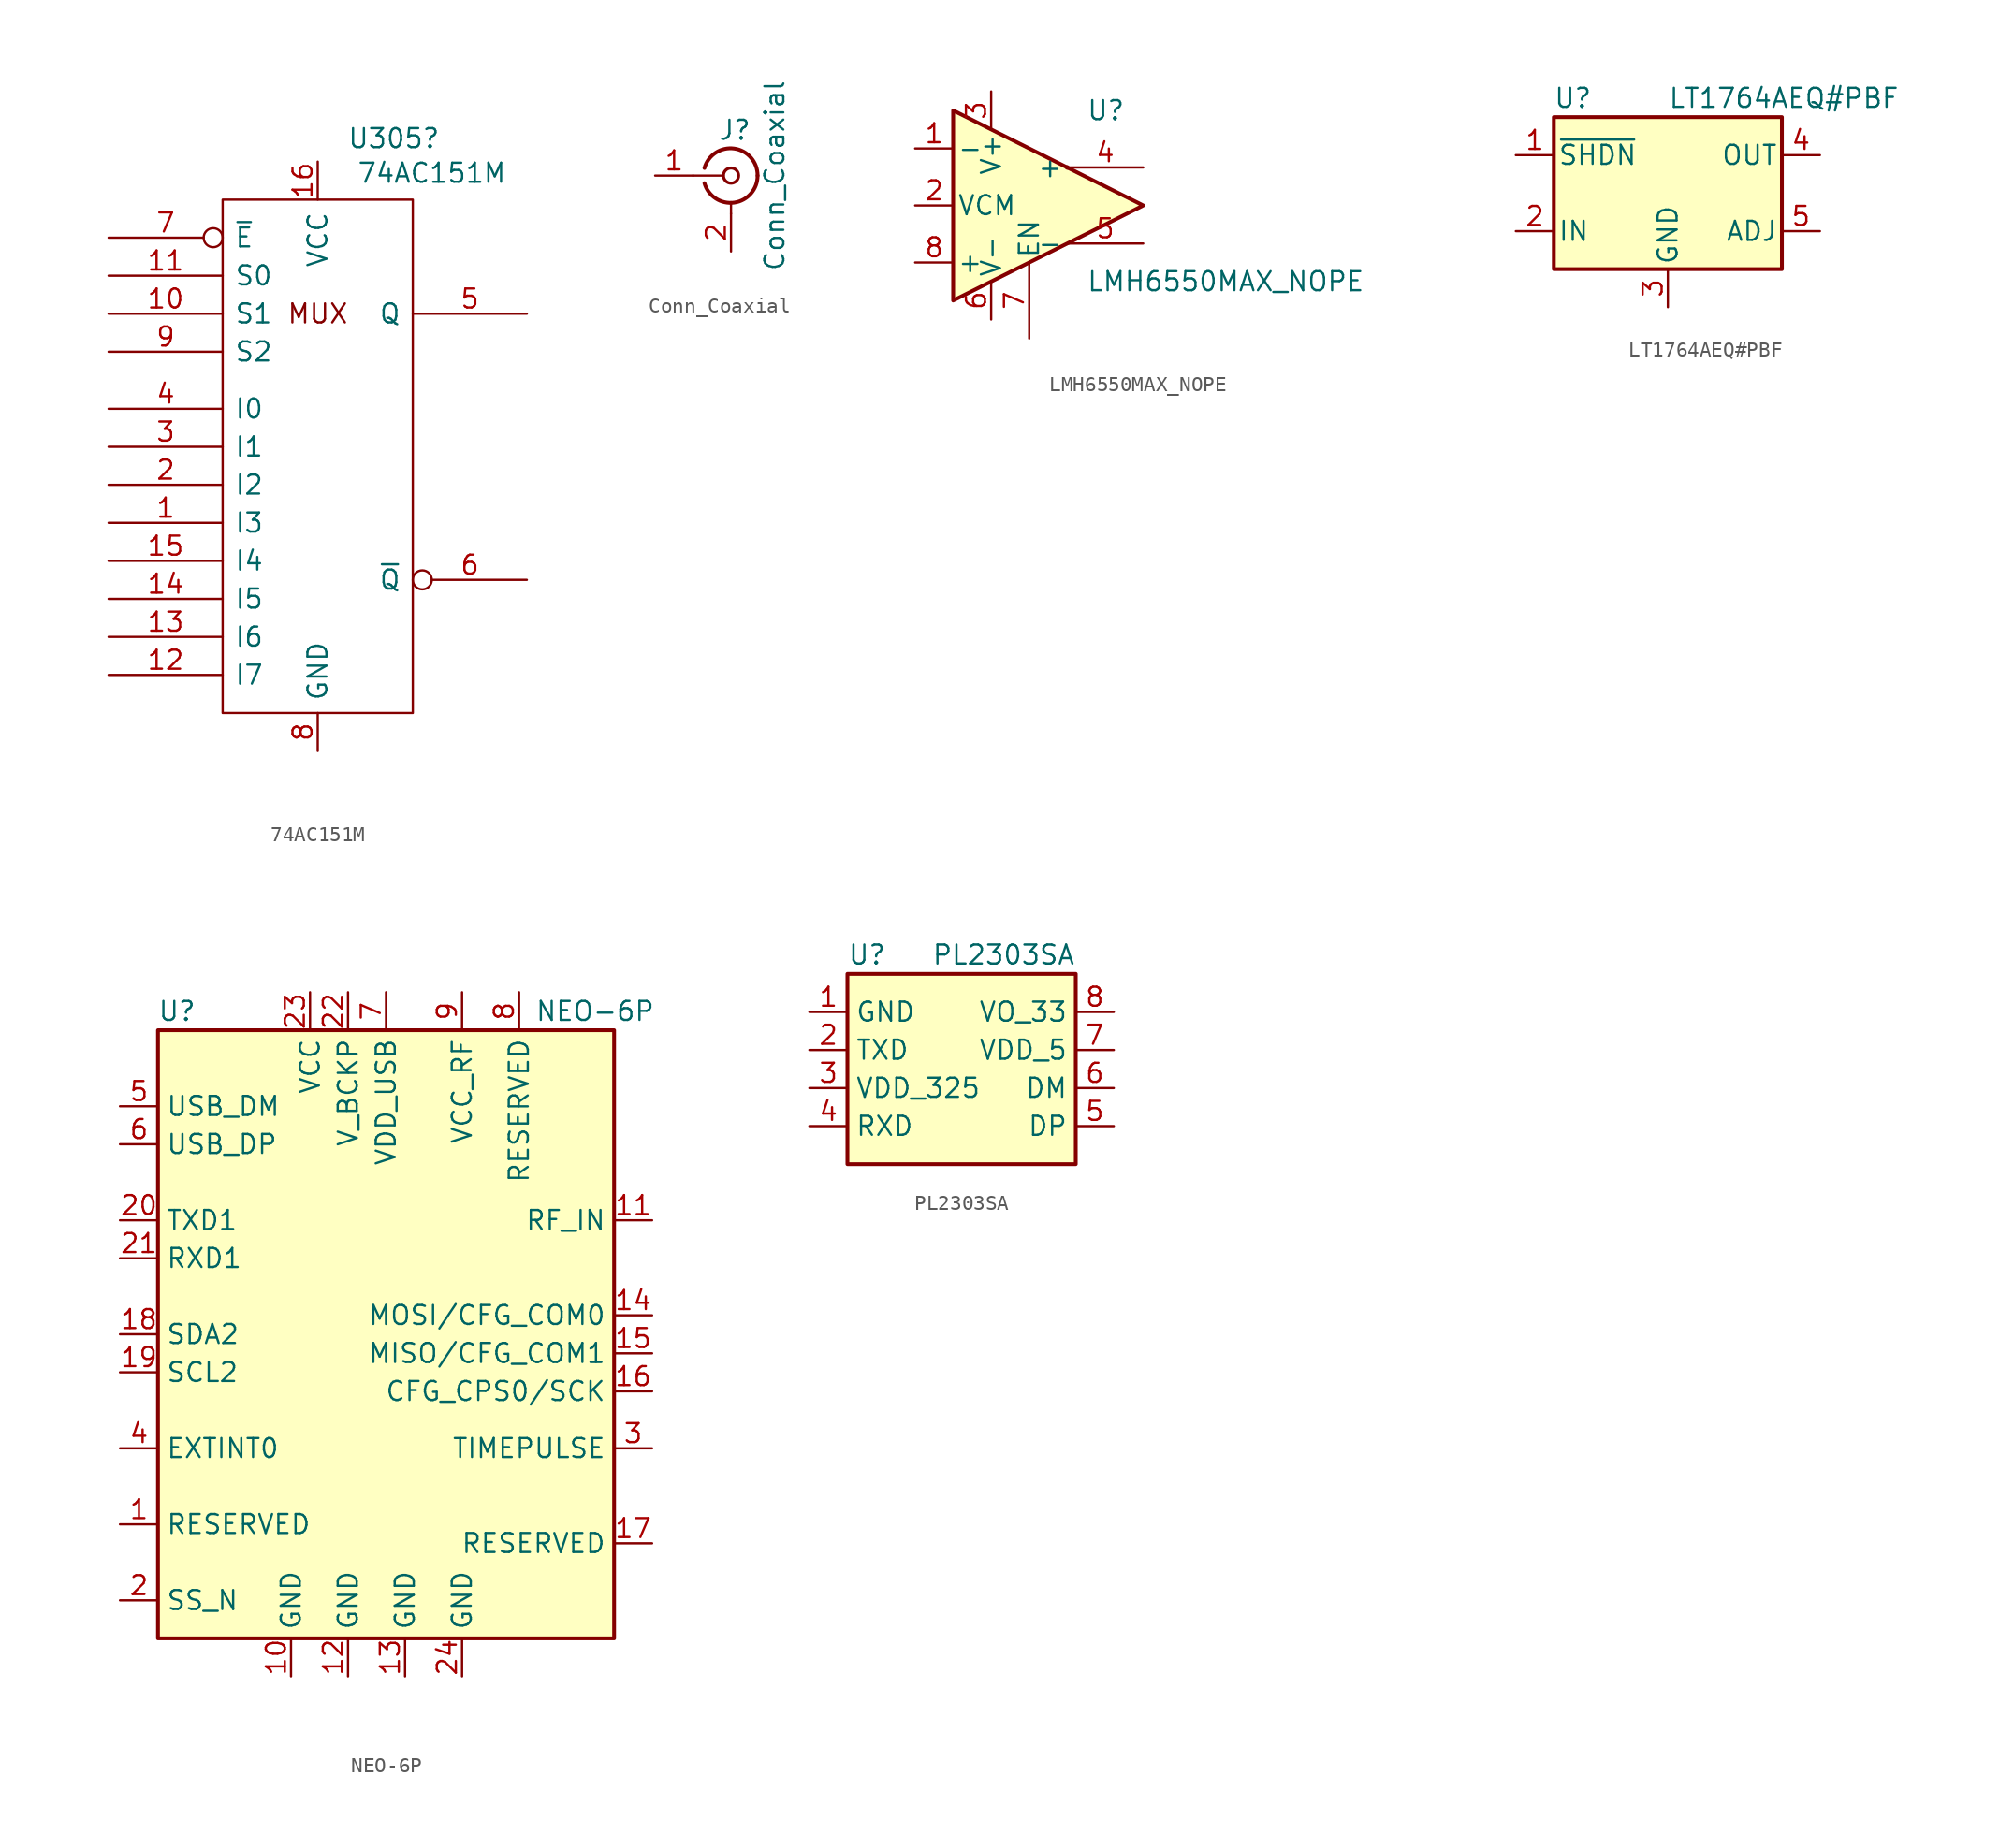
<source format=kicad_sym>
(kicad_symbol_lib
  (version 20211014)
  (generator kicad_symbol_editor)
  (symbol "muonpi-kicad-library:74AC151M"
    (pin_names
      (offset 0.762))
    (property "Reference" "U305"
      (at 5.08 20.599 0)
      (effects (font (size 1.27 1.27))))
    (property "Value" "74AC151M"
      (at 7.62 18.288 0)
      (effects (font (size 1.27 1.27))))
    (symbol "74AC151M_0_0"
      (rectangle (start -6.35 16.51) (end 6.35 -17.78) (stroke (width 0) (type default) (color 0 0 0 0)) (fill (type none)))
      (text "MUX" (at 0 8.89 0) (effects (font (size 1.27 1.27))))
      (pin power_in line (at 0 19.05 270) (length 2.54) (name "VCC" (effects (font (size 1.27 1.27)))) (number "16" (effects (font (size 1.27 1.27)))))
      (pin power_in line (at 0 -20.32 90) (length 2.54) (name "GND" (effects (font (size 1.27 1.27)))) (number "8" (effects (font (size 1.27 1.27))))))
    (symbol "74AC151M_1_1"
      (pin input line (at -13.97 -5.08 0) (length 7.62) (name "I3" (effects (font (size 1.27 1.27)))) (number "1" (effects (font (size 1.27 1.27)))))
      (pin input line (at -13.97 8.89 0) (length 7.62) (name "S1" (effects (font (size 1.27 1.27)))) (number "10" (effects (font (size 1.27 1.27)))))
      (pin input line (at -13.97 11.43 0) (length 7.62) (name "S0" (effects (font (size 1.27 1.27)))) (number "11" (effects (font (size 1.27 1.27)))))
      (pin input line (at -13.97 -15.24 0) (length 7.62) (name "I7" (effects (font (size 1.27 1.27)))) (number "12" (effects (font (size 1.27 1.27)))))
      (pin input line (at -13.97 -12.7 0) (length 7.62) (name "I6" (effects (font (size 1.27 1.27)))) (number "13" (effects (font (size 1.27 1.27)))))
      (pin input line (at -13.97 -10.16 0) (length 7.62) (name "I5" (effects (font (size 1.27 1.27)))) (number "14" (effects (font (size 1.27 1.27)))))
      (pin input line (at -13.97 -7.62 0) (length 7.62) (name "I4" (effects (font (size 1.27 1.27)))) (number "15" (effects (font (size 1.27 1.27)))))
      (pin input line (at -13.97 -2.54 0) (length 7.62) (name "I2" (effects (font (size 1.27 1.27)))) (number "2" (effects (font (size 1.27 1.27)))))
      (pin input line (at -13.97 0 0) (length 7.62) (name "I1" (effects (font (size 1.27 1.27)))) (number "3" (effects (font (size 1.27 1.27)))))
      (pin input line (at -13.97 2.54 0) (length 7.62) (name "I0" (effects (font (size 1.27 1.27)))) (number "4" (effects (font (size 1.27 1.27)))))
      (pin output line (at 13.97 8.89 180) (length 7.62) (name "Q" (effects (font (size 1.27 1.27)))) (number "5" (effects (font (size 1.27 1.27)))))
      (pin output inverted (at 13.97 -8.89 180) (length 7.62) (name "~{Q}" (effects (font (size 1.27 1.27)))) (number "6" (effects (font (size 1.27 1.27)))))
      (pin input inverted (at -13.97 13.97 0) (length 7.62) (name "~{E}" (effects (font (size 1.27 1.27)))) (number "7" (effects (font (size 1.27 1.27)))))
      (pin input line (at -13.97 6.35 0) (length 7.62) (name "S2" (effects (font (size 1.27 1.27)))) (number "9" (effects (font (size 1.27 1.27)))))))
  (symbol "muonpi-kicad-library:Conn_Coaxial"
    (pin_names
      (offset 1.016) hide)
    (property "Reference" "J"
      (at 0.254 3.048 0)
      (effects (font (size 1.27 1.27))))
    (property "Value" "Conn_Coaxial"
      (at 2.921 0 90)
      (effects (font (size 1.27 1.27))))
    (symbol "Conn_Coaxial_0_1"
      (arc (start -1.778 -0.508) (mid 0.222 -1.808) (end 1.778 0) (stroke (width 0.254) (type default) (color 0 0 0 0)) (fill (type none)))
      (polyline (pts (xy -2.54 0) (xy -0.508 0)) (stroke (width 0) (type default) (color 0 0 0 0)) (fill (type none)))
      (polyline (pts (xy 0 -2.54) (xy 0 -1.778)) (stroke (width 0) (type default) (color 0 0 0 0)) (fill (type none)))
      (circle (center 0 0) (radius 0.508) (stroke (width 0.203)) (stroke (width 0.203) (type default) (color 0 0 0 0)) (fill (type none)))
      (arc (start 1.778 0) (mid 0.2221 1.8083) (end -1.778 0.508) (stroke (width 0.254) (type default) (color 0 0 0 0)) (fill (type none))))
    (symbol "Conn_Coaxial_1_1"
      (pin passive line (at -5.08 0 0) (length 2.54) (name "In" (effects (font (size 1.27 1.27)))) (number "1" (effects (font (size 1.27 1.27)))))
      (pin passive line (at 0 -5.08 90) (length 2.54) (name "Ext" (effects (font (size 1.27 1.27)))) (number "2" (effects (font (size 1.27 1.27)))))))
  (symbol "muonpi-kicad-library:LMH6550MAX_NOPE"
    (pin_names
      (offset 0.254))
    (property "Reference" "U"
      (at 3.81 6.35 0)
      (effects (font (size 1.27 1.27)) (justify left)))
    (property "Value" "LMH6550MAX_NOPE"
      (at 3.81 -5.08 0)
      (effects (font (size 1.27 1.27)) (justify left)))
    (symbol "LMH6550MAX_NOPE_0_1"
      (polyline (pts (xy 7.62 0) (xy -5.08 6.35) (xy -5.08 -6.35) (xy 7.62 0)) (stroke (width 0.254) (type default) (color 0 0 0 0)) (fill (type background)))
      (circle (center 2.54 2.54) (radius 0.0001) (stroke (width 0)) (stroke (width 0) (type default) (color 0 0 0 0)) (fill (type none))))
    (symbol "LMH6550MAX_NOPE_1_1"
      (pin input line (at -7.62 3.81 0) (length 2.54) (name "-" (effects (font (size 1.27 1.27)))) (number "1" (effects (font (size 1.27 1.27)))))
      (pin input line (at -7.62 0 0) (length 2.54) (name "VCM" (effects (font (size 1.27 1.27)))) (number "2" (effects (font (size 1.27 1.27)))))
      (pin power_in line (at -2.54 7.62 270) (length 2.54) (name "V+" (effects (font (size 1.27 1.27)))) (number "3" (effects (font (size 1.27 1.27)))))
      (pin output line (at 7.62 2.54 180) (length 5.08) (name "+" (effects (font (size 1.27 1.27)))) (number "4" (effects (font (size 1.27 1.27)))))
      (pin output line (at 7.62 -2.54 180) (length 5.08) (name "-" (effects (font (size 1.27 1.27)))) (number "5" (effects (font (size 1.27 1.27)))))
      (pin power_in line (at -2.54 -7.62 90) (length 2.54) (name "V-" (effects (font (size 1.27 1.27)))) (number "6" (effects (font (size 1.27 1.27)))))
      (pin input line (at 0 -8.89 90) (length 5.08) (name "EN" (effects (font (size 1.27 1.27)))) (number "7" (effects (font (size 1.27 1.27)))))
      (pin no_connect line (at 5.08 0 180) (length 2.54) hide (name "NC" (effects (font (size 1.27 1.27)))) (number "7" (effects (font (size 1.27 1.27)))))
      (pin input line (at -7.62 -3.81 0) (length 2.54) (name "+" (effects (font (size 1.27 1.27)))) (number "8" (effects (font (size 1.27 1.27)))))))
  (symbol "muonpi-kicad-library:LT1764AEQ#PBF"
    (pin_names
      (offset 0.254))
    (property "Reference" "U"
      (at -6.35 6.35 0)
      (effects (font (size 1.27 1.27))))
    (property "Value" "LT1764AEQ#PBF"
      (at 0 6.35 0)
      (effects (font (size 1.27 1.27)) (justify left)))
    (symbol "LT1764AEQ#PBF_0_1"
      (rectangle (start -7.62 5.08) (end 7.62 -5.08) (stroke (width 0.254) (type default) (color 0 0 0 0)) (fill (type background))))
    (symbol "LT1764AEQ#PBF_1_1"
      (pin input line (at -10.16 2.54 0) (length 2.54) (name "~{SHDN}" (effects (font (size 1.27 1.27)))) (number "1" (effects (font (size 1.27 1.27)))))
      (pin power_in line (at -10.16 -2.54 0) (length 2.54) (name "IN" (effects (font (size 1.27 1.27)))) (number "2" (effects (font (size 1.27 1.27)))))
      (pin passive line (at 0 -7.62 90) (length 2.54) (name "GND" (effects (font (size 1.27 1.27)))) (number "3" (effects (font (size 1.27 1.27)))))
      (pin power_out line (at 10.16 2.54 180) (length 2.54) (name "OUT" (effects (font (size 1.27 1.27)))) (number "4" (effects (font (size 1.27 1.27)))))
      (pin input line (at 10.16 -2.54 180) (length 2.54) (name "ADJ" (effects (font (size 1.27 1.27)))) (number "5" (effects (font (size 1.27 1.27)))))))
  (symbol "muonpi-kicad-library:NEO-6P"
    (property "Reference" "U"
      (at -13.97 21.59 0)
      (effects (font (size 1.27 1.27))))
    (property "Value" "NEO-6P"
      (at 13.97 21.59 0)
      (effects (font (size 1.27 1.27))))
    (symbol "NEO-6P_0_1"
      (rectangle (start -15.24 20.32) (end 15.24 -20.32) (stroke (width 0.254) (type default) (color 0 0 0 0)) (fill (type background))))
    (symbol "NEO-6P_1_1"
      (pin input line (at -17.78 -12.7 0) (length 2.54) (name "RESERVED" (effects (font (size 1.27 1.27)))) (number "1" (effects (font (size 1.27 1.27)))))
      (pin power_in line (at -6.35 -22.86 90) (length 2.54) (name "GND" (effects (font (size 1.27 1.27)))) (number "10" (effects (font (size 1.27 1.27)))))
      (pin input line (at 17.78 7.62 180) (length 2.54) (name "RF_IN" (effects (font (size 1.27 1.27)))) (number "11" (effects (font (size 1.27 1.27)))))
      (pin power_in line (at -2.54 -22.86 90) (length 2.54) (name "GND" (effects (font (size 1.27 1.27)))) (number "12" (effects (font (size 1.27 1.27)))))
      (pin power_in line (at 1.27 -22.86 90) (length 2.54) (name "GND" (effects (font (size 1.27 1.27)))) (number "13" (effects (font (size 1.27 1.27)))))
      (pin output line (at 17.78 1.27 180) (length 2.54) (name "MOSI/CFG_COM0" (effects (font (size 1.27 1.27)))) (number "14" (effects (font (size 1.27 1.27)))))
      (pin output line (at 17.78 -1.27 180) (length 2.54) (name "MISO/CFG_COM1" (effects (font (size 1.27 1.27)))) (number "15" (effects (font (size 1.27 1.27)))))
      (pin output line (at 17.78 -3.81 180) (length 2.54) (name "CFG_CPS0/SCK" (effects (font (size 1.27 1.27)))) (number "16" (effects (font (size 1.27 1.27)))))
      (pin passive line (at 17.78 -13.97 180) (length 2.54) (name "RESERVED" (effects (font (size 1.27 1.27)))) (number "17" (effects (font (size 1.27 1.27)))))
      (pin bidirectional line (at -17.78 0 0) (length 2.54) (name "SDA2" (effects (font (size 1.27 1.27)))) (number "18" (effects (font (size 1.27 1.27)))))
      (pin input line (at -17.78 -2.54 0) (length 2.54) (name "SCL2" (effects (font (size 1.27 1.27)))) (number "19" (effects (font (size 1.27 1.27)))))
      (pin input line (at -17.78 -17.78 0) (length 2.54) (name "SS_N" (effects (font (size 1.27 1.27)))) (number "2" (effects (font (size 1.27 1.27)))))
      (pin output line (at -17.78 7.62 0) (length 2.54) (name "TXD1" (effects (font (size 1.27 1.27)))) (number "20" (effects (font (size 1.27 1.27)))))
      (pin input line (at -17.78 5.08 0) (length 2.54) (name "RXD1" (effects (font (size 1.27 1.27)))) (number "21" (effects (font (size 1.27 1.27)))))
      (pin power_in line (at -2.54 22.86 270) (length 2.54) (name "V_BCKP" (effects (font (size 1.27 1.27)))) (number "22" (effects (font (size 1.27 1.27)))))
      (pin power_in line (at -5.08 22.86 270) (length 2.54) (name "VCC" (effects (font (size 1.27 1.27)))) (number "23" (effects (font (size 1.27 1.27)))))
      (pin power_in line (at 5.08 -22.86 90) (length 2.54) (name "GND" (effects (font (size 1.27 1.27)))) (number "24" (effects (font (size 1.27 1.27)))))
      (pin output line (at 17.78 -7.62 180) (length 2.54) (name "TIMEPULSE" (effects (font (size 1.27 1.27)))) (number "3" (effects (font (size 1.27 1.27)))))
      (pin input line (at -17.78 -7.62 0) (length 2.54) (name "EXTINT0" (effects (font (size 1.27 1.27)))) (number "4" (effects (font (size 1.27 1.27)))))
      (pin bidirectional line (at -17.78 15.24 0) (length 2.54) (name "USB_DM" (effects (font (size 1.27 1.27)))) (number "5" (effects (font (size 1.27 1.27)))))
      (pin bidirectional line (at -17.78 12.7 0) (length 2.54) (name "USB_DP" (effects (font (size 1.27 1.27)))) (number "6" (effects (font (size 1.27 1.27)))))
      (pin power_in line (at 0 22.86 270) (length 2.54) (name "VDD_USB" (effects (font (size 1.27 1.27)))) (number "7" (effects (font (size 1.27 1.27)))))
      (pin input line (at 8.89 22.86 270) (length 2.54) (name "RESERVED" (effects (font (size 1.27 1.27)))) (number "8" (effects (font (size 1.27 1.27)))))
      (pin power_out line (at 5.08 22.86 270) (length 2.54) (name "VCC_RF" (effects (font (size 1.27 1.27)))) (number "9" (effects (font (size 1.27 1.27)))))))
  (symbol "muonpi-kicad-library:PL2303SA"
    (property "Reference" "U"
      (at -7.62 6.35 0)
      (effects (font (size 1.27 1.27)) (justify left)))
    (property "Value" "PL2303SA"
      (at 7.62 6.35 0)
      (effects (font (size 1.27 1.27)) (justify right)))
    (symbol "PL2303SA_0_1"
      (rectangle (start -7.62 5.08) (end 7.62 -7.62) (stroke (width 0.254) (type default) (color 0 0 0 0)) (fill (type background))))
    (symbol "PL2303SA_1_1"
      (pin passive line (at -10.16 2.54 0) (length 2.54) (name "GND" (effects (font (size 1.27 1.27)))) (number "1" (effects (font (size 1.27 1.27)))))
      (pin output line (at -10.16 0 0) (length 2.54) (name "TXD" (effects (font (size 1.27 1.27)))) (number "2" (effects (font (size 1.27 1.27)))))
      (pin power_in line (at -10.16 -2.54 0) (length 2.54) (name "VDD_325" (effects (font (size 1.27 1.27)))) (number "3" (effects (font (size 1.27 1.27)))))
      (pin input line (at -10.16 -5.08 0) (length 2.54) (name "RXD" (effects (font (size 1.27 1.27)))) (number "4" (effects (font (size 1.27 1.27)))))
      (pin bidirectional line (at 10.16 -5.08 180) (length 2.54) (name "DP" (effects (font (size 1.27 1.27)))) (number "5" (effects (font (size 1.27 1.27)))))
      (pin bidirectional line (at 10.16 -2.54 180) (length 2.54) (name "DM" (effects (font (size 1.27 1.27)))) (number "6" (effects (font (size 1.27 1.27)))))
      (pin power_in line (at 10.16 0 180) (length 2.54) (name "VDD_5" (effects (font (size 1.27 1.27)))) (number "7" (effects (font (size 1.27 1.27)))))
      (pin power_out line (at 10.16 2.54 180) (length 2.54) (name "VO_33" (effects (font (size 1.27 1.27)))) (number "8" (effects (font (size 1.27 1.27))))))))
</source>
